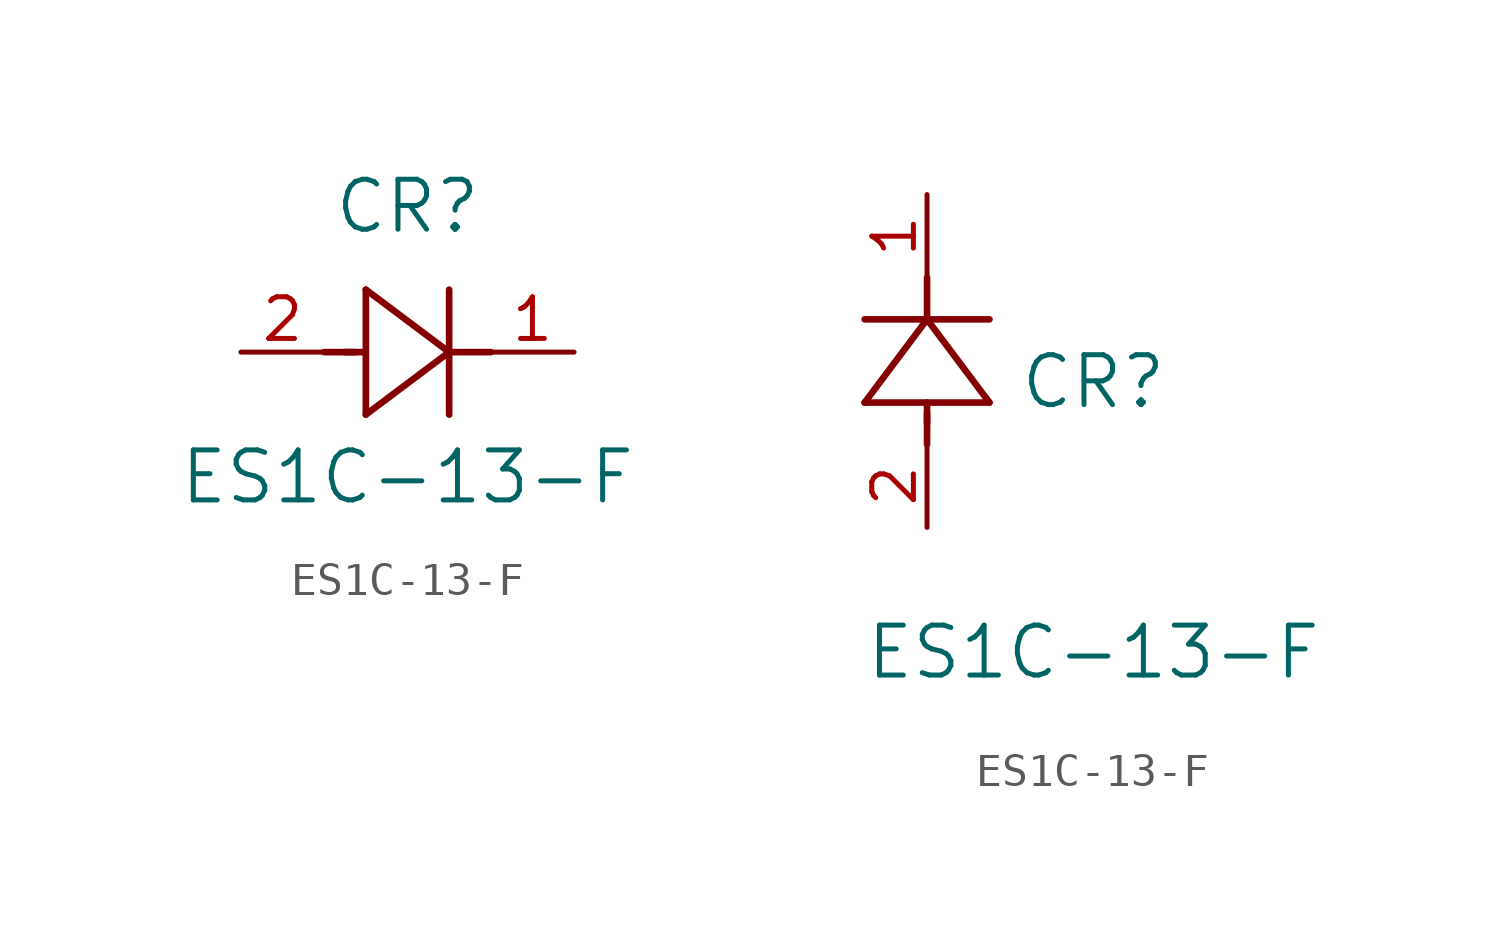
<source format=kicad_sym>
(kicad_symbol_lib
  (version 20211014)
  (generator kicad_symbol_editor)
  (symbol "ES1C-13-F"
    (pin_names
      (offset 0.254))
    (property "Reference" "CR"
      (at 5.08 4.445 0)
      (effects (font (size 1.524 1.524))))
    (property "Value" "ES1C-13-F"
      (at 5.08 -3.81 0)
      (effects (font (size 1.524 1.524))))
    (symbol "ES1C-13-F_1_1"
      (polyline (pts (xy 2.54 0) (xy 3.48 0)) (stroke (width 0.203) (type default) (color 0 0 0 0)) (fill (type none)))
      (polyline (pts (xy 3.81 1.905) (xy 3.81 -1.905)) (stroke (width 0.203) (type default) (color 0 0 0 0)) (fill (type none)))
      (polyline (pts (xy 3.175 0) (xy 3.81 0)) (stroke (width 0.203) (type default) (color 0 0 0 0)) (fill (type none)))
      (polyline (pts (xy 6.35 -1.905) (xy 6.35 1.905)) (stroke (width 0.203) (type default) (color 0 0 0 0)) (fill (type none)))
      (polyline (pts (xy 6.35 0) (xy 7.62 0)) (stroke (width 0.203) (type default) (color 0 0 0 0)) (fill (type none)))
      (polyline (pts (xy 6.35 0) (xy 3.81 1.905)) (stroke (width 0.203) (type default) (color 0 0 0 0)) (fill (type none)))
      (polyline (pts (xy 3.81 -1.905) (xy 6.35 0)) (stroke (width 0.203) (type default) (color 0 0 0 0)) (fill (type none)))
      (pin unspecified line (at 0 0 0) (length 2.54) (name "" (effects (font (size 1.27 1.27)))) (number "2" (effects (font (size 1.27 1.27)))))
      (pin unspecified line (at 10.16 0 180) (length 2.54) (name "" (effects (font (size 1.27 1.27)))) (number "1" (effects (font (size 1.27 1.27))))))
    (symbol "ES1C-13-F_1_2"
      (polyline (pts (xy 0 2.54) (xy 0 3.48)) (stroke (width 0.203) (type default) (color 0 0 0 0)) (fill (type none)))
      (polyline (pts (xy -1.905 3.81) (xy 1.905 3.81)) (stroke (width 0.203) (type default) (color 0 0 0 0)) (fill (type none)))
      (polyline (pts (xy 0 3.175) (xy 0 3.81)) (stroke (width 0.203) (type default) (color 0 0 0 0)) (fill (type none)))
      (polyline (pts (xy 1.905 6.35) (xy -1.905 6.35)) (stroke (width 0.203) (type default) (color 0 0 0 0)) (fill (type none)))
      (polyline (pts (xy 0 6.35) (xy 0 7.62)) (stroke (width 0.203) (type default) (color 0 0 0 0)) (fill (type none)))
      (polyline (pts (xy 0 6.35) (xy -1.905 3.81)) (stroke (width 0.203) (type default) (color 0 0 0 0)) (fill (type none)))
      (polyline (pts (xy 1.905 3.81) (xy 0 6.35)) (stroke (width 0.203) (type default) (color 0 0 0 0)) (fill (type none)))
      (pin unspecified line (at 0 0 90) (length 2.54) (name "" (effects (font (size 1.27 1.27)))) (number "2" (effects (font (size 1.27 1.27)))))
      (pin unspecified line (at 0 10.16 270) (length 2.54) (name "" (effects (font (size 1.27 1.27)))) (number "1" (effects (font (size 1.27 1.27))))))))
</source>
